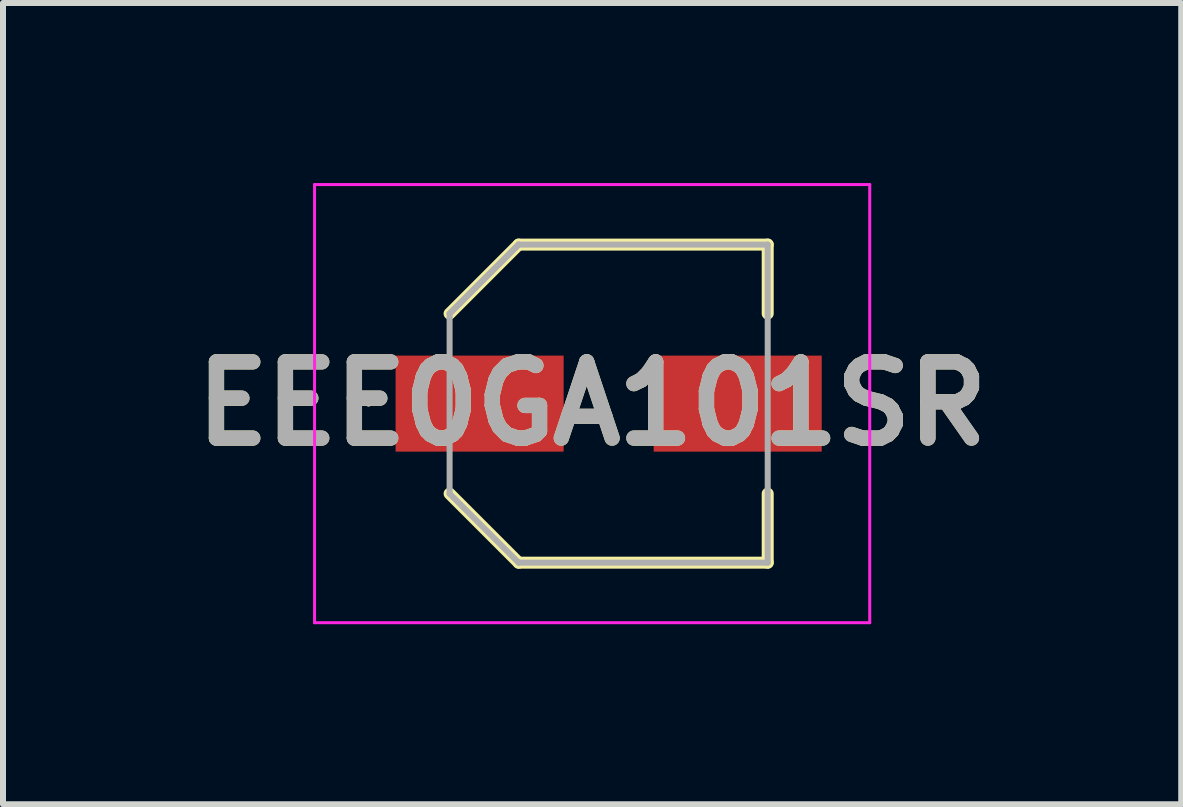
<source format=kicad_pcb>
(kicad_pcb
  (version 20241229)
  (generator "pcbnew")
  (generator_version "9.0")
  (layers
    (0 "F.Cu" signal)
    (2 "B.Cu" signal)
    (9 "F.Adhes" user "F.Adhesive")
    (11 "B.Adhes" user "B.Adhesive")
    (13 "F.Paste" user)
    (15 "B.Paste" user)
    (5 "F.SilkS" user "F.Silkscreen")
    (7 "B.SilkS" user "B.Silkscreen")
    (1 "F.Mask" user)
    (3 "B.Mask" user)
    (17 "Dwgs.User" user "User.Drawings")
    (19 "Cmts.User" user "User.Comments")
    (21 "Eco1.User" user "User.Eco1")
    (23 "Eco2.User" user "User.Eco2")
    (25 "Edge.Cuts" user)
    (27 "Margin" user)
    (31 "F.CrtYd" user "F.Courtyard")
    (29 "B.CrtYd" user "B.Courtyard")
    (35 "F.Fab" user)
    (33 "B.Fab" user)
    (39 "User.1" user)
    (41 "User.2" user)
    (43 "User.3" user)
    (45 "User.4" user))
  (footprint "EEE0GA101SR"
    (layer "F.Cu")
    (at 7.091 3.675)
    (property "Reference" "EEE0GA101SR" (at -0.275 0 0) (layer "F.SilkS") (effects (font (size 1.27 1.27) (thickness 0.254))))
    (attr smd)
    (fp_line (start -4.025 0) (end -4.025 0) (stroke (width 0.05) (type solid)) (layer "F.SilkS"))
    (fp_line (start -3.975 0) (end -3.975 0) (stroke (width 0.05) (type solid)) (layer "F.SilkS"))
    (fp_line (start -2.65 -1.5) (end -1.5 -2.65) (stroke (width 0.2) (type solid)) (layer "F.SilkS"))
    (fp_line (start -2.65 1.5) (end -1.5 2.65) (stroke (width 0.2) (type solid)) (layer "F.SilkS"))
    (fp_line (start -1.5 -2.65) (end 2.65 -2.65) (stroke (width 0.2) (type solid)) (layer "F.SilkS"))
    (fp_line (start -1.5 2.65) (end 2.65 2.65) (stroke (width 0.2) (type solid)) (layer "F.SilkS"))
    (fp_line (start 2.65 -2.65) (end 2.65 -1.5) (stroke (width 0.2) (type solid)) (layer "F.SilkS"))
    (fp_line (start 2.65 2.65) (end 2.65 1.5) (stroke (width 0.2) (type solid)) (layer "F.SilkS"))
    (fp_arc (start -4.025 0) (mid -4 -0.025) (end -3.975 0) (stroke (width 0.05) (type solid)) (layer "F.SilkS"))
    (fp_arc (start -3.975 0) (mid -4 0.025) (end -4.025 0) (stroke (width 0.05) (type solid)) (layer "F.SilkS"))
    (fp_line (start -4.9 -3.65) (end 4.35 -3.65) (stroke (width 0.05) (type solid)) (layer "F.CrtYd"))
    (fp_line (start -4.9 3.65) (end -4.9 -3.65) (stroke (width 0.05) (type solid)) (layer "F.CrtYd"))
    (fp_line (start 4.35 -3.65) (end 4.35 3.65) (stroke (width 0.05) (type solid)) (layer "F.CrtYd"))
    (fp_line (start 4.35 3.65) (end -4.9 3.65) (stroke (width 0.05) (type solid)) (layer "F.CrtYd"))
    (fp_line (start -2.65 -1.5) (end -1.5 -2.65) (stroke (width 0.1) (type solid)) (layer "F.Fab"))
    (fp_line (start -2.65 -1.5) (end -1.5 -2.65) (stroke (width 0.1) (type solid)) (layer "F.Fab"))
    (fp_line (start -2.65 1.5) (end -2.65 -1.5) (stroke (width 0.1) (type solid)) (layer "F.Fab"))
    (fp_line (start -1.5 -2.65) (end 2.65 -2.65) (stroke (width 0.1) (type solid)) (layer "F.Fab"))
    (fp_line (start -1.5 2.65) (end -2.65 1.5) (stroke (width 0.1) (type solid)) (layer "F.Fab"))
    (fp_line (start 2.65 -2.65) (end 2.65 2.65) (stroke (width 0.1) (type solid)) (layer "F.Fab"))
    (fp_line (start 2.65 2.65) (end -1.5 2.65) (stroke (width 0.1) (type solid)) (layer "F.Fab"))
    (fp_text user "${REFERENCE}" (at -0.275 0 0) (layer "F.Fab") (effects (font (size 1.27 1.27) (thickness 0.254))))
    (pad "1" smd rect (at -2.15 0 90) (size 1.6 2.8) (layers "F.Cu" "F.Mask" "F.Paste"))
    (pad "2" smd rect (at 2.15 0 90) (size 1.6 2.8) (layers "F.Cu" "F.Mask" "F.Paste")))
  (gr_rect
    (start -3 -3)
    (end 16.631 10.35)
    (stroke (width 0.1) (type default))
    (fill no)
    (layer "Edge.Cuts")))
</source>
